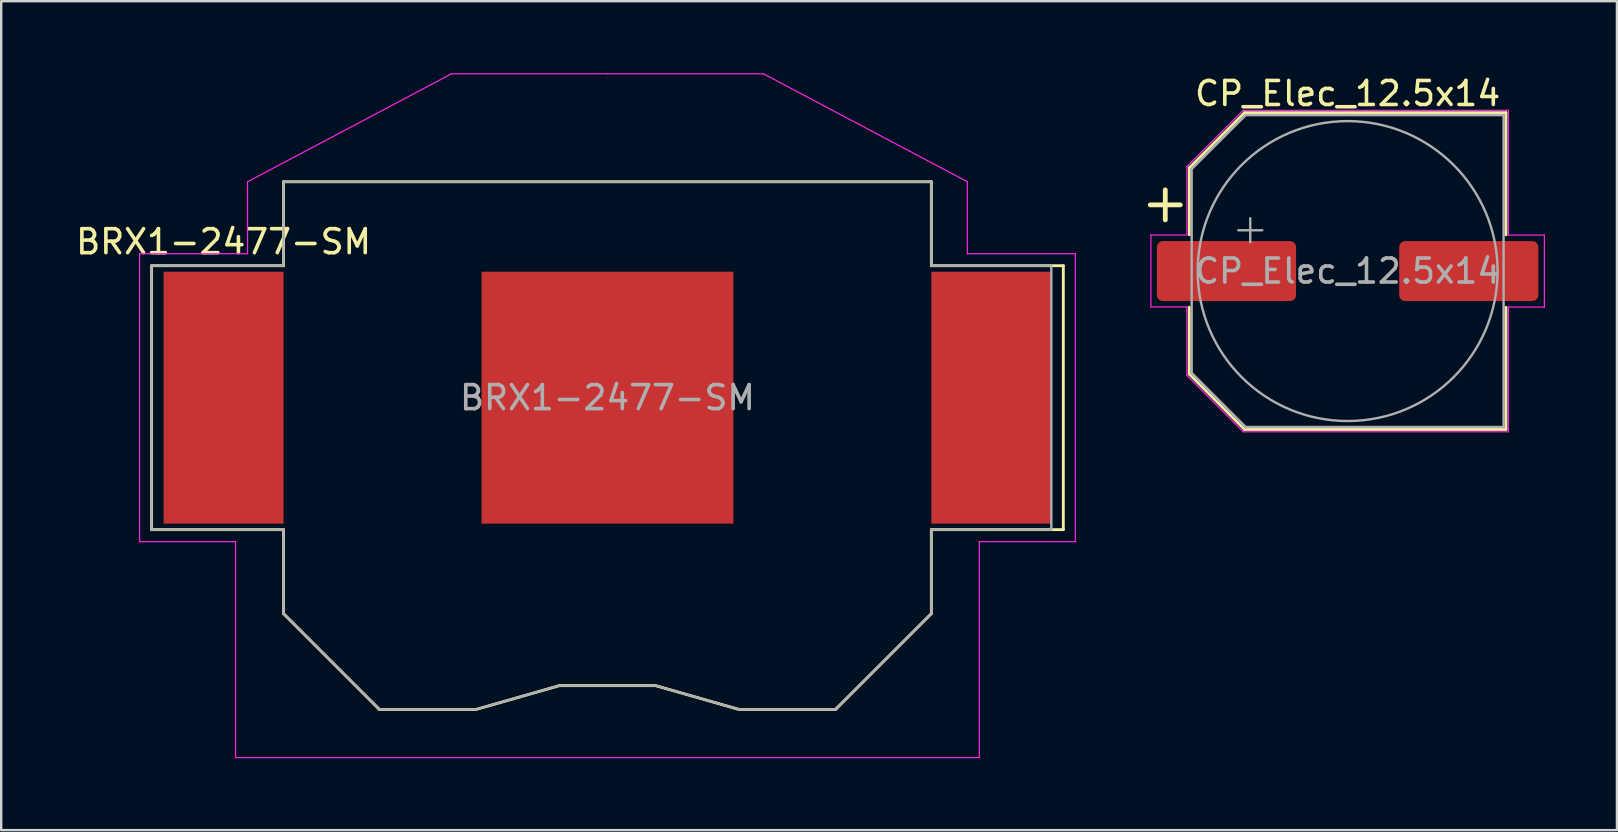
<source format=kicad_pcb>
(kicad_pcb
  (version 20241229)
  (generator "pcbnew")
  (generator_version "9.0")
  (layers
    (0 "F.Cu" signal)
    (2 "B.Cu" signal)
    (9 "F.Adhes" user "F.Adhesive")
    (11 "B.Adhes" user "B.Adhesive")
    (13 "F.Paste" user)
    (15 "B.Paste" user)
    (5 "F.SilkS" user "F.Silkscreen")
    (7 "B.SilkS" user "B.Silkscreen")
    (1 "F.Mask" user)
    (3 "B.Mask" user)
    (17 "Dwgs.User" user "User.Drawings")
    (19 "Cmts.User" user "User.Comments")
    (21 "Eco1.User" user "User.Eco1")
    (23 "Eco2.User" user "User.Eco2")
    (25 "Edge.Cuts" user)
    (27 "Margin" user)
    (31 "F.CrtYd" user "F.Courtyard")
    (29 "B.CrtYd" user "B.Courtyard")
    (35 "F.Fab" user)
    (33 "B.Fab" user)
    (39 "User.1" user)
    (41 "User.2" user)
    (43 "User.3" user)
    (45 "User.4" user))
  (footprint "CP_Elec_12.5x14"
    (layer "F.Cu")
    (at 53.118 8.248)
    (property "Reference" "CP_Elec_12.5x14" (at 0 -7.4 0) (layer "F.SilkS") (effects (font (size 1 1) (thickness 0.15))))
    (attr smd)
    (fp_line (start -8.225 -2.76) (end -6.975 -2.76) (stroke (width 0.2) (type solid)) (layer "F.SilkS"))
    (fp_line (start -7.6 -3.385) (end -7.6 -2.135) (stroke (width 0.2) (type solid)) (layer "F.SilkS"))
    (fp_line (start -6.6 -4.3) (end -6.6 -1.514) (stroke (width 0.12) (type solid)) (layer "F.SilkS"))
    (fp_line (start -6.6 -4.3) (end -4.296 -6.6) (stroke (width 0.12) (type solid)) (layer "F.SilkS"))
    (fp_line (start -6.6 4.291) (end -6.6 1.506) (stroke (width 0.12) (type solid)) (layer "F.SilkS"))
    (fp_line (start -6.6 4.291) (end -4.296 6.6) (stroke (width 0.12) (type solid)) (layer "F.SilkS"))
    (fp_line (start -4.296 -6.6) (end 6.6 -6.6) (stroke (width 0.12) (type solid)) (layer "F.SilkS"))
    (fp_line (start -4.296 6.6) (end 6.6 6.6) (stroke (width 0.12) (type solid)) (layer "F.SilkS"))
    (fp_line (start 6.6 -6.6) (end 6.6 -1.51) (stroke (width 0.12) (type solid)) (layer "F.SilkS"))
    (fp_line (start 6.6 6.6) (end 6.6 1.51) (stroke (width 0.12) (type solid)) (layer "F.SilkS"))
    (fp_line (start -8.2 -1.504) (end -8.2 1.496) (stroke (width 0.05) (type solid)) (layer "F.CrtYd"))
    (fp_line (start -8.2 1.496) (end -6.7 1.496) (stroke (width 0.05) (type solid)) (layer "F.CrtYd"))
    (fp_line (start -6.7 -4.354) (end -6.7 -1.504) (stroke (width 0.05) (type solid)) (layer "F.CrtYd"))
    (fp_line (start -6.7 -4.354) (end -4.35 -6.7) (stroke (width 0.05) (type solid)) (layer "F.CrtYd"))
    (fp_line (start -6.7 -1.504) (end -8.2 -1.504) (stroke (width 0.05) (type solid)) (layer "F.CrtYd"))
    (fp_line (start -6.7 1.496) (end -6.7 4.346) (stroke (width 0.05) (type solid)) (layer "F.CrtYd"))
    (fp_line (start -6.7 4.346) (end -4.35 6.7) (stroke (width 0.05) (type solid)) (layer "F.CrtYd"))
    (fp_line (start -4.35 -6.7) (end 6.7 -6.7) (stroke (width 0.05) (type solid)) (layer "F.CrtYd"))
    (fp_line (start -4.35 6.7) (end 6.7 6.7) (stroke (width 0.05) (type solid)) (layer "F.CrtYd"))
    (fp_line (start 6.7 -6.7) (end 6.7 -1.5) (stroke (width 0.05) (type solid)) (layer "F.CrtYd"))
    (fp_line (start 6.7 -1.5) (end 8.2 -1.5) (stroke (width 0.05) (type solid)) (layer "F.CrtYd"))
    (fp_line (start 6.7 1.5) (end 6.7 6.7) (stroke (width 0.05) (type solid)) (layer "F.CrtYd"))
    (fp_line (start 8.2 -1.5) (end 8.2 1.5) (stroke (width 0.05) (type solid)) (layer "F.CrtYd"))
    (fp_line (start 8.2 1.5) (end 6.7 1.5) (stroke (width 0.05) (type solid)) (layer "F.CrtYd"))
    (fp_line (start -6.5 -4.254) (end -6.5 4.246) (stroke (width 0.1) (type solid)) (layer "F.Fab"))
    (fp_line (start -6.5 -4.254) (end -4.25 -6.5) (stroke (width 0.1) (type solid)) (layer "F.Fab"))
    (fp_line (start -6.5 4.246) (end -4.25 6.5) (stroke (width 0.1) (type solid)) (layer "F.Fab"))
    (fp_line (start -4.558 -1.7) (end -3.558 -1.7) (stroke (width 0.1) (type solid)) (layer "F.Fab"))
    (fp_line (start -4.25 -6.5) (end 6.5 -6.5) (stroke (width 0.1) (type solid)) (layer "F.Fab"))
    (fp_line (start -4.25 6.5) (end 6.5 6.5) (stroke (width 0.1) (type solid)) (layer "F.Fab"))
    (fp_line (start -4.058 -2.2) (end -4.058 -1.2) (stroke (width 0.1) (type solid)) (layer "F.Fab"))
    (fp_line (start 6.5 -6.5) (end 6.5 6.5) (stroke (width 0.1) (type solid)) (layer "F.Fab"))
    (fp_circle (center 0 0) (end 6.25 0) (stroke (width 0.1) (type solid)) (fill no) (layer "F.Fab"))
    (fp_text user "${REFERENCE}" (at 0 0 0) (layer "F.Fab") (effects (font (size 1 1) (thickness 0.15))))
    (pad "1" smd roundrect (at -5.05 0) (size 5.8 2.5) (layers "F.Cu" "F.Mask" "F.Paste") (roundrect_rratio 0.1))
    (pad "2" smd roundrect (at 5.05 0) (size 5.8 2.5) (layers "F.Cu" "F.Mask" "F.Paste") (roundrect_rratio 0.1)))
  (footprint "BRX1-2477-SM"
    (layer "F.Cu")
    (at 22.268 13.525)
    (property "Reference" "BRX1-2477-SM" (at -16 -6.5 0) (unlocked yes) (layer "F.SilkS") (effects (font (size 1 1) (thickness 0.15))))
    (attr smd)
    (fp_line (start -19 -5.5) (end -19 5.5) (stroke (width 0.12) (type solid)) (layer "F.SilkS"))
    (fp_line (start -19 5.5) (end -13.5 5.5) (stroke (width 0.12) (type solid)) (layer "F.SilkS"))
    (fp_line (start -13.5 -9) (end -13.5 -5.5) (stroke (width 0.12) (type solid)) (layer "F.SilkS"))
    (fp_line (start -13.5 -9) (end 13.5 -9) (stroke (width 0.12) (type solid)) (layer "F.SilkS"))
    (fp_line (start -13.5 -5.5) (end -19 -5.5) (stroke (width 0.12) (type solid)) (layer "F.SilkS"))
    (fp_line (start -13.5 9) (end -13.5 5.5) (stroke (width 0.12) (type solid)) (layer "F.SilkS"))
    (fp_line (start -9.5 13) (end -13.5 9) (stroke (width 0.12) (type solid)) (layer "F.SilkS"))
    (fp_line (start -9.5 13) (end -5.5 13) (stroke (width 0.12) (type solid)) (layer "F.SilkS"))
    (fp_line (start -5.5 13) (end -2 12) (stroke (width 0.12) (type solid)) (layer "F.SilkS"))
    (fp_line (start -2 12) (end 2 12) (stroke (width 0.12) (type solid)) (layer "F.SilkS"))
    (fp_line (start 2 12) (end 5.5 13) (stroke (width 0.12) (type solid)) (layer "F.SilkS"))
    (fp_line (start 5.5 13) (end 9.5 13) (stroke (width 0.12) (type solid)) (layer "F.SilkS"))
    (fp_line (start 9.5 13) (end 13.5 9) (stroke (width 0.12) (type solid)) (layer "F.SilkS"))
    (fp_line (start 13.5 -5.5) (end 13.5 -9) (stroke (width 0.12) (type solid)) (layer "F.SilkS"))
    (fp_line (start 13.5 5.5) (end 19 5.5) (stroke (width 0.12) (type solid)) (layer "F.SilkS"))
    (fp_line (start 13.5 9) (end 13.5 5.5) (stroke (width 0.12) (type solid)) (layer "F.SilkS"))
    (fp_line (start 19 -5.5) (end 13.5 -5.5) (stroke (width 0.12) (type solid)) (layer "F.SilkS"))
    (fp_line (start 19 5.5) (end 19 -5.5) (stroke (width 0.12) (type solid)) (layer "F.SilkS"))
    (fp_line (start -15.2 10.5) (end -13.5 5.2) (stroke (width 0.1) (type solid)) (layer "Eco1.User"))
    (fp_line (start -15.2 14.5) (end -15.2 10.5) (stroke (width 0.1) (type solid)) (layer "Eco1.User"))
    (fp_line (start -14 -8) (end -14 -6) (stroke (width 0.1) (type solid)) (layer "Eco1.User"))
    (fp_line (start -14 -8) (end -5 -13.3) (stroke (width 0.1) (type solid)) (layer "Eco1.User"))
    (fp_line (start 0 -13.3) (end -5 -13.3) (stroke (width 0.1) (type solid)) (layer "Eco1.User"))
    (fp_line (start 0 -13.3) (end 5 -13.3) (stroke (width 0.1) (type solid)) (layer "Eco1.User"))
    (fp_line (start 14 -8) (end 5 -13.3) (stroke (width 0.1) (type solid)) (layer "Eco1.User"))
    (fp_line (start 14 -8) (end 14 -6) (stroke (width 0.1) (type solid)) (layer "Eco1.User"))
    (fp_line (start 15.2 10.5) (end 13.5 5.3) (stroke (width 0.1) (type solid)) (layer "Eco1.User"))
    (fp_line (start 15.2 14.5) (end -15.2 14.5) (stroke (width 0.1) (type solid)) (layer "Eco1.User"))
    (fp_line (start 15.2 14.5) (end 15.2 10.5) (stroke (width 0.1) (type solid)) (layer "Eco1.User"))
    (fp_circle (center 0 0) (end 12.5 0) (stroke (width 0.1) (type solid)) (fill no) (layer "Eco1.User"))
    (fp_line (start -19.5 -6) (end -15 -6) (stroke (width 0.05) (type solid)) (layer "F.CrtYd"))
    (fp_line (start -19.5 6) (end -19.5 -6) (stroke (width 0.05) (type solid)) (layer "F.CrtYd"))
    (fp_line (start -15.5 6) (end -19.5 6) (stroke (width 0.05) (type solid)) (layer "F.CrtYd"))
    (fp_line (start -15.5 15) (end -15.5 6) (stroke (width 0.05) (type solid)) (layer "F.CrtYd"))
    (fp_line (start -15 -9) (end -15 -6) (stroke (width 0.05) (type solid)) (layer "F.CrtYd"))
    (fp_line (start -6.5 -13.5) (end -15 -9) (stroke (width 0.05) (type solid)) (layer "F.CrtYd"))
    (fp_line (start 0 -13.5) (end -6.5 -13.5) (stroke (width 0.05) (type solid)) (layer "F.CrtYd"))
    (fp_line (start 0 -13.5) (end 6.5 -13.5) (stroke (width 0.05) (type solid)) (layer "F.CrtYd"))
    (fp_line (start 6.5 -13.5) (end 15 -9) (stroke (width 0.05) (type solid)) (layer "F.CrtYd"))
    (fp_line (start 15 -9) (end 15 -6) (stroke (width 0.05) (type solid)) (layer "F.CrtYd"))
    (fp_line (start 15 -6) (end 19.5 -6) (stroke (width 0.05) (type solid)) (layer "F.CrtYd"))
    (fp_line (start 15.5 6) (end 15.5 15) (stroke (width 0.05) (type solid)) (layer "F.CrtYd"))
    (fp_line (start 15.5 15) (end -15.5 15) (stroke (width 0.05) (type solid)) (layer "F.CrtYd"))
    (fp_line (start 19.5 -6) (end 19.5 6) (stroke (width 0.05) (type solid)) (layer "F.CrtYd"))
    (fp_line (start 19.5 6) (end 15.5 6) (stroke (width 0.05) (type solid)) (layer "F.CrtYd"))
    (fp_line (start -19 -5.5) (end -13.5 -5.5) (stroke (width 0.1) (type solid)) (layer "F.Fab"))
    (fp_line (start -19 5.5) (end -19 -5.5) (stroke (width 0.1) (type solid)) (layer "F.Fab"))
    (fp_line (start -13.5 -9) (end 13.5 -9) (stroke (width 0.1) (type solid)) (layer "F.Fab"))
    (fp_line (start -13.5 -5.5) (end -13.5 -9) (stroke (width 0.1) (type solid)) (layer "F.Fab"))
    (fp_line (start -13.5 5.5) (end -19 5.5) (stroke (width 0.1) (type solid)) (layer "F.Fab"))
    (fp_line (start -13.5 9) (end -13.5 5.5) (stroke (width 0.1) (type solid)) (layer "F.Fab"))
    (fp_line (start -9.5 13) (end -13.5 9) (stroke (width 0.1) (type solid)) (layer "F.Fab"))
    (fp_line (start -5.5 13) (end -9.5 13) (stroke (width 0.1) (type solid)) (layer "F.Fab"))
    (fp_line (start -2 12) (end -5.5 13) (stroke (width 0.1) (type solid)) (layer "F.Fab"))
    (fp_line (start 2 12) (end -2 12) (stroke (width 0.1) (type solid)) (layer "F.Fab"))
    (fp_line (start 5.5 13) (end 2 12) (stroke (width 0.1) (type solid)) (layer "F.Fab"))
    (fp_line (start 9.5 13) (end 5.5 13) (stroke (width 0.1) (type solid)) (layer "F.Fab"))
    (fp_line (start 13.5 -9) (end 13.5 -5.5) (stroke (width 0.1) (type solid)) (layer "F.Fab"))
    (fp_line (start 13.5 -5.5) (end 18.5 -5.5) (stroke (width 0.1) (type solid)) (layer "F.Fab"))
    (fp_line (start 13.5 5.5) (end 13.5 9) (stroke (width 0.1) (type solid)) (layer "F.Fab"))
    (fp_line (start 13.5 9) (end 9.5 13) (stroke (width 0.1) (type solid)) (layer "F.Fab"))
    (fp_line (start 18.5 -5.5) (end 18.5 5.5) (stroke (width 0.1) (type solid)) (layer "F.Fab"))
    (fp_line (start 18.5 5.5) (end 13.5 5.5) (stroke (width 0.1) (type solid)) (layer "F.Fab"))
    (fp_text user "${REFERENCE}" (at 0 0 0) (unlocked yes) (layer "F.Fab") (effects (font (size 1 1) (thickness 0.15))))
    (pad "1" smd rect (at 0 0) (size 10.5 10.5) (layers "F.Cu" "F.Mask"))
    (pad "2" smd rect (at -16 0) (size 5 10.5) (layers "F.Cu" "F.Mask" "F.Paste"))
    (pad "2" smd rect (at 16 0) (size 5 10.5) (layers "F.Cu" "F.Mask" "F.Paste")))
  (gr_rect
    (start -3 -3)
    (end 64.343 31.55)
    (stroke (width 0.1) (type default))
    (fill no)
    (layer "Edge.Cuts")))
</source>
